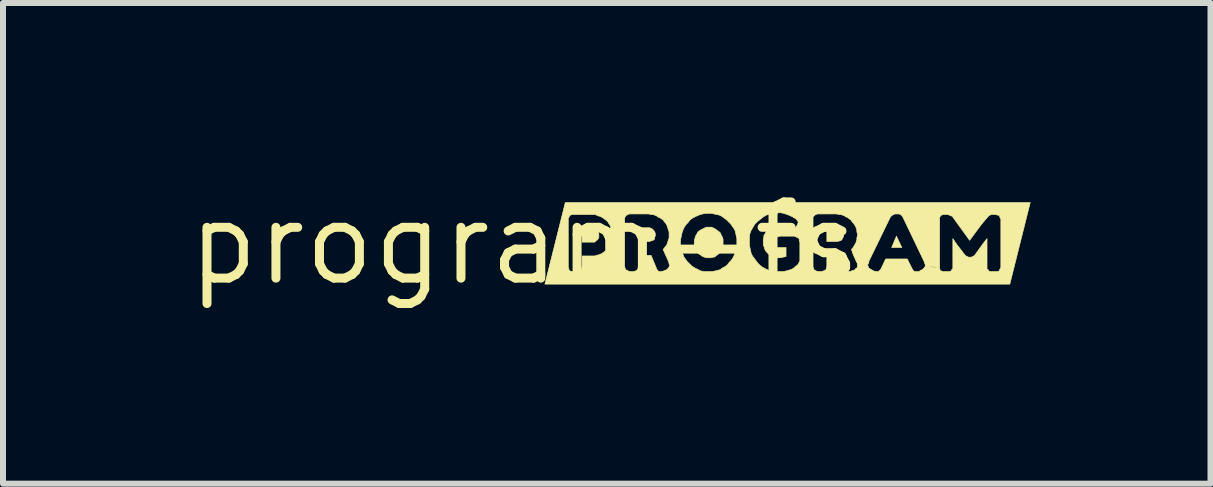
<source format=kicad_pcb>
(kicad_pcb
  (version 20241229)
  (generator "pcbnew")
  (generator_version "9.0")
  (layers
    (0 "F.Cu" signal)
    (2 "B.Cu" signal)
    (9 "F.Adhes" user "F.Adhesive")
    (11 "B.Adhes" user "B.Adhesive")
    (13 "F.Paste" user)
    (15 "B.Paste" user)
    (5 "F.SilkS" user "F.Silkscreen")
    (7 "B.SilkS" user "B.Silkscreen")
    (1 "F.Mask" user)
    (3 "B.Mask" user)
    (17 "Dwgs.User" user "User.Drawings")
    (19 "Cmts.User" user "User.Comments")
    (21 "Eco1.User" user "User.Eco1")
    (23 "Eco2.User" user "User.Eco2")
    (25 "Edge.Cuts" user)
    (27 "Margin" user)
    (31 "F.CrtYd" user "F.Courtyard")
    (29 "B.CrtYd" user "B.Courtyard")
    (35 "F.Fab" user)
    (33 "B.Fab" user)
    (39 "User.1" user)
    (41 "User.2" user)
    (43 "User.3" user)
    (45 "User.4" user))
  (footprint "program-fs"
    (layer "F.Cu")
    (at 5.692 1.006)
    (property "Reference" "program-fs" (at 0 0 0) (layer "F.SilkS") (effects (font (size 1.27 1.27) (thickness 0.15))))
    (attr board_only exclude_from_pos_files exclude_from_bom)
    (fp_poly (pts (xy 6.2 -0.12) (xy 6.12 0.07) (xy 6.29 0.07) (xy 6.2 -0.12)) (stroke (width 0.01) (type solid)) (fill yes) (layer "F.SilkS"))
    (fp_poly (pts (xy 1.17 -0.02) (xy 1.2 -0.05) (xy 1.22 -0.06) (xy 1.23 -0.08) (xy 1.24 -0.1) (xy 1.24 -0.13) (xy 1.24 -0.16) (xy 1.23 -0.19) (xy 1.21 -0.21) (xy 1.2 -0.22) (xy 1.18 -0.24) (xy 1.16 -0.24) (xy 1.14 -0.25) (xy 1.13 -0.25) (xy 0.96 -0.25) (xy 0.96 -0.02) (xy 1.16 -0.02) (xy 1.17 -0.02)) (stroke (width 0.01) (type solid)) (fill yes) (layer "F.SilkS"))
    (fp_poly (pts (xy 1.9 -0.03) (xy 2.08 -0.03) (xy 2.11 -0.04) (xy 2.14 -0.05) (xy 2.16 -0.06) (xy 2.17 -0.08) (xy 2.17 -0.1) (xy 2.18 -0.12) (xy 2.18 -0.14) (xy 2.18 -0.17) (xy 2.17 -0.19) (xy 2.16 -0.21) (xy 2.15 -0.22) (xy 2.13 -0.24) (xy 2.11 -0.25) (xy 2.09 -0.26) (xy 2.07 -0.26) (xy 1.9 -0.26) (xy 1.9 -0.03)) (stroke (width 0.01) (type solid)) (fill yes) (layer "F.SilkS"))
    (fp_poly (pts (xy 5.04 -0.03) (xy 5.21 -0.03) (xy 5.25 -0.04) (xy 5.28 -0.05) (xy 5.29 -0.06) (xy 5.3 -0.08) (xy 5.31 -0.1) (xy 5.32 -0.12) (xy 5.32 -0.14) (xy 5.31 -0.17) (xy 5.31 -0.19) (xy 5.3 -0.21) (xy 5.28 -0.22) (xy 5.26 -0.24) (xy 5.24 -0.25) (xy 5.22 -0.26) (xy 5.2 -0.26) (xy 5.04 -0.26) (xy 5.04 -0.03)) (stroke (width 0.01) (type solid)) (fill yes) (layer "F.SilkS"))
    (fp_poly (pts (xy 2.83 0.1) (xy 2.91 0.18) (xy 2.93 0.19) (xy 2.97 0.22) (xy 3 0.23) (xy 3.03 0.24) (xy 3.05 0.24) (xy 3.07 0.24) (xy 3.1 0.24) (xy 3.12 0.24) (xy 3.14 0.23) (xy 3.16 0.23) (xy 3.18 0.22) (xy 3.2 0.2) (xy 3.22 0.19) (xy 3.24 0.17) (xy 3.26 0.15) (xy 3.27 0.13) (xy 3.29 0.11) (xy 3.29 0.09) (xy 3.3 0.07) (xy 3.31 0.04) (xy 3.31 0.02) (xy 3.31 -0.01) (xy 3.31 -0.04) (xy 3.31 -0.07) (xy 3.3 -0.1) (xy 3.29 -0.12) (xy 3.28 -0.14) (xy 3.27 -0.16) (xy 3.26 -0.18) (xy 3.22 -0.21) (xy 3.18 -0.24) (xy 3.16 -0.25) (xy 3.14 -0.26) (xy 3.12 -0.27) (xy 3.1 -0.27) (xy 3.07 -0.27) (xy 3.05 -0.27) (xy 3.03 -0.27) (xy 3.01 -0.26) (xy 2.97 -0.24) (xy 2.93 -0.22) (xy 2.89 -0.19) (xy 2.87 -0.15) (xy 2.85 -0.12) (xy 2.84 -0.08) (xy 2.83 -0.04) (xy 2.83 0.1)) (stroke (width 0.01) (type solid)) (fill yes) (layer "F.SilkS"))
    (fp_poly (pts (xy 0.77 -0.47) (xy 0.79 -0.48) (xy 0.81 -0.48) (xy 0.84 -0.48) (xy 1.14 -0.48) (xy 1.18 -0.48) (xy 1.22 -0.46) (xy 1.26 -0.45) (xy 1.3 -0.43) (xy 1.34 -0.4) (xy 1.38 -0.37) (xy 1.4 -0.34) (xy 1.42 -0.31) (xy 1.67 -0.42) (xy 1.67 -0.43) (xy 1.68 -0.44) (xy 1.69 -0.46) (xy 1.7 -0.47) (xy 1.71 -0.47) (xy 1.72 -0.48) (xy 1.75 -0.49) (xy 1.77 -0.49) (xy 2.07 -0.49) (xy 2.11 -0.48) (xy 2.14 -0.48) (xy 2.17 -0.47) (xy 2.2 -0.46) (xy 2.22 -0.44) (xy 2.25 -0.43) (xy 2.28 -0.41) (xy 2.31 -0.39) (xy 2.33 -0.36) (xy 2.35 -0.34) (xy 2.37 -0.31) (xy 2.38 -0.28) (xy 2.39 -0.25) (xy 2.4 -0.22) (xy 2.41 -0.19) (xy 2.41 -0.16) (xy 2.41 -0.13) (xy 2.41 -0.09) (xy 2.6 -0.05) (xy 2.61 -0.1) (xy 2.62 -0.15) (xy 2.63 -0.19) (xy 2.65 -0.24) (xy 2.67 -0.28) (xy 2.7 -0.32) (xy 2.73 -0.35) (xy 2.76 -0.39) (xy 2.8 -0.42) (xy 2.84 -0.44) (xy 2.88 -0.46) (xy 2.93 -0.48) (xy 2.97 -0.49) (xy 3.02 -0.5) (xy 3.07 -0.5) (xy 3.12 -0.5) (xy 3.16 -0.49) (xy 3.21 -0.48) (xy 3.25 -0.47) (xy 3.29 -0.45) (xy 3.33 -0.42) (xy 3.37 -0.39) (xy 3.4 -0.36) (xy 3.44 -0.32) (xy 3.46 -0.29) (xy 3.49 -0.25) (xy 3.51 -0.21) (xy 3.52 -0.17) (xy 3.53 -0.12) (xy 3.54 -0.08) (xy 3.54 -0.03) (xy 3.75 -0.02) (xy 3.75 -0.07) (xy 3.75 -0.12) (xy 3.76 -0.17) (xy 3.78 -0.22) (xy 3.81 -0.27) (xy 3.84 -0.32) (xy 3.88 -0.36) (xy 3.93 -0.4) (xy 3.98 -0.44) (xy 4.03 -0.47) (xy 4.09 -0.49) (xy 4.15 -0.5) (xy 4.21 -0.51) (xy 4.27 -0.51) (xy 4.32 -0.5) (xy 4.38 -0.48) (xy 4.43 -0.46) (xy 4.49 -0.43) (xy 4.52 -0.41) (xy 4.53 -0.4) (xy 4.55 -0.38) (xy 4.56 -0.36) (xy 4.56 -0.34) (xy 4.55 -0.31) (xy 4.53 -0.28) (xy 4.52 -0.26) (xy 4.49 -0.23) (xy 4.46 -0.22) (xy 4.45 -0.21) (xy 4.44 -0.21) (xy 4.42 -0.21) (xy 4.39 -0.23) (xy 4.33 -0.26) (xy 4.31 -0.27) (xy 4.29 -0.27) (xy 4.24 -0.28) (xy 4.19 -0.28) (xy 4.16 -0.27) (xy 4.13 -0.26) (xy 4.11 -0.25) (xy 4.08 -0.24) (xy 4.06 -0.22) (xy 4.04 -0.2) (xy 4.02 -0.18) (xy 4.01 -0.16) (xy 3.99 -0.13) (xy 3.99 -0.1) (xy 3.98 -0.07) (xy 3.98 -0.04) (xy 3.98 -0.01) (xy 3.98 0.02) (xy 3.99 0.05) (xy 4 0.08) (xy 4.01 0.11) (xy 4.03 0.14) (xy 4.05 0.16) (xy 4.07 0.18) (xy 4.1 0.2) (xy 4.12 0.22) (xy 4.15 0.23) (xy 4.17 0.24) (xy 4.22 0.24) (xy 4.27 0.24) (xy 4.31 0.23) (xy 4.36 0.22) (xy 4.36 0.07) (xy 4.25 0.07) (xy 4.22 0.07) (xy 4.2 0.07) (xy 4.19 0.06) (xy 4.18 0.05) (xy 4.18 0.04) (xy 4.17 0.01) (xy 4.17 -0.04) (xy 4.18 -0.06) (xy 4.18 -0.09) (xy 4.19 -0.1) (xy 4.21 -0.11) (xy 4.23 -0.11) (xy 4.26 -0.12) (xy 4.49 -0.12) (xy 4.52 -0.11) (xy 4.54 -0.1) (xy 4.55 -0.1) (xy 4.57 -0.08) (xy 4.58 -0.07) (xy 4.58 -0.06) (xy 4.58 -0.04) (xy 4.59 -0.02) (xy 4.59 0.29) (xy 4.58 0.31) (xy 4.81 0.36) (xy 4.81 -0.42) (xy 4.81 -0.43) (xy 4.81 -0.44) (xy 4.83 -0.46) (xy 4.83 -0.47) (xy 4.84 -0.47) (xy 4.86 -0.48) (xy 4.88 -0.49) (xy 4.91 -0.49) (xy 5.2 -0.49) (xy 5.25 -0.48) (xy 5.28 -0.48) (xy 5.3 -0.47) (xy 5.33 -0.46) (xy 5.36 -0.44) (xy 5.39 -0.43) (xy 5.41 -0.41) (xy 5.44 -0.39) (xy 5.46 -0.36) (xy 5.48 -0.34) (xy 5.5 -0.31) (xy 5.52 -0.28) (xy 5.53 -0.25) (xy 5.54 -0.22) (xy 5.54 -0.19) (xy 5.55 -0.16) (xy 5.55 -0.13) (xy 5.54 -0.09) (xy 5.54 -0.06) (xy 5.53 -0.03) (xy 5.52 0) (xy 5.5 0.03) (xy 5.49 0.05) (xy 5.47 0.08) (xy 5.45 0.1) (xy 5.48 0.19) (xy 5.53 0.3) (xy 5.55 0.34) (xy 5.55 0.37) (xy 5.72 0.37) (xy 5.72 0.36) (xy 5.74 0.32) (xy 5.74 0.3) (xy 6.1 -0.44) (xy 6.12 -0.46) (xy 6.15 -0.48) (xy 6.18 -0.49) (xy 6.21 -0.49) (xy 6.24 -0.49) (xy 6.27 -0.48) (xy 6.29 -0.46) (xy 6.31 -0.43) (xy 6.66 0.3) (xy 6.67 0.33) (xy 6.68 0.36) (xy 6.68 0.38) (xy 6.92 0.4) (xy 6.92 -0.41) (xy 6.92 -0.42) (xy 6.92 -0.43) (xy 6.93 -0.45) (xy 6.94 -0.46) (xy 6.95 -0.47) (xy 6.98 -0.48) (xy 7 -0.48) (xy 7.04 -0.48) (xy 7.06 -0.48) (xy 7.08 -0.47) (xy 7.13 -0.45) (xy 7.42 -0.05) (xy 7.62 -0.32) (xy 7.73 -0.45) (xy 7.74 -0.46) (xy 7.76 -0.47) (xy 7.78 -0.48) (xy 7.82 -0.48) (xy 7.86 -0.48) (xy 7.88 -0.47) (xy 7.9 -0.47) (xy 7.92 -0.46) (xy 7.92 -0.44) (xy 7.93 -0.42) (xy 7.94 -0.41) (xy 7.94 0.36) (xy 7.94 0.4) (xy 7.93 0.42) (xy 7.92 0.44) (xy 7.91 0.46) (xy 7.89 0.47) (xy 7.87 0.47) (xy 7.83 0.47) (xy 7.79 0.47) (xy 7.76 0.47) (xy 7.74 0.46) (xy 7.73 0.44) (xy 7.71 0.43) (xy 7.71 0.4) (xy 7.71 0.37) (xy 7.71 -0.08) (xy 7.64 0.01) (xy 7.51 0.19) (xy 7.49 0.21) (xy 7.47 0.22) (xy 7.45 0.23) (xy 7.43 0.23) (xy 7.4 0.23) (xy 7.38 0.22) (xy 7.36 0.21) (xy 7.34 0.19) (xy 7.33 0.18) (xy 7.2 0.01) (xy 7.14 -0.08) (xy 7.14 0.41) (xy 7.14 0.42) (xy 7.12 0.44) (xy 7.11 0.46) (xy 7.09 0.47) (xy 7.06 0.47) (xy 7.02 0.47) (xy 6.98 0.47) (xy 6.95 0.46) (xy 6.94 0.46) (xy 6.93 0.45) (xy 6.92 0.42) (xy 6.92 0.41) (xy 6.68 0.38) (xy 6.67 0.4) (xy 6.66 0.41) (xy 6.64 0.43) (xy 6.63 0.44) (xy 6.6 0.45) (xy 6.58 0.47) (xy 6.55 0.47) (xy 6.53 0.47) (xy 6.52 0.47) (xy 6.5 0.47) (xy 6.49 0.46) (xy 6.48 0.45) (xy 6.47 0.44) (xy 6.45 0.4) (xy 6.38 0.26) (xy 6.02 0.26) (xy 5.94 0.43) (xy 5.93 0.44) (xy 5.91 0.46) (xy 5.9 0.47) (xy 5.88 0.47) (xy 5.87 0.47) (xy 5.86 0.47) (xy 5.82 0.46) (xy 5.77 0.43) (xy 5.75 0.42) (xy 5.74 0.41) (xy 5.73 0.4) (xy 5.73 0.38) (xy 5.72 0.37) (xy 5.55 0.37) (xy 5.55 0.39) (xy 5.54 0.41) (xy 5.52 0.42) (xy 5.51 0.44) (xy 5.45 0.46) (xy 5.42 0.47) (xy 5.4 0.47) (xy 5.39 0.47) (xy 5.38 0.47) (xy 5.36 0.46) (xy 5.35 0.45) (xy 5.34 0.44) (xy 5.24 0.2) (xy 5.04 0.2) (xy 5.04 0.38) (xy 5.03 0.42) (xy 5.03 0.43) (xy 5.02 0.44) (xy 5.01 0.45) (xy 4.98 0.46) (xy 4.96 0.47) (xy 4.92 0.47) (xy 4.89 0.47) (xy 4.86 0.46) (xy 4.84 0.45) (xy 4.83 0.44) (xy 4.82 0.43) (xy 4.82 0.42) (xy 4.81 0.39) (xy 4.81 0.36) (xy 4.58 0.31) (xy 4.57 0.33) (xy 4.56 0.35) (xy 4.54 0.37) (xy 4.51 0.39) (xy 4.49 0.41) (xy 4.46 0.43) (xy 4.43 0.44) (xy 4.4 0.45) (xy 4.36 0.46) (xy 4.32 0.47) (xy 4.28 0.47) (xy 4.24 0.47) (xy 4.2 0.47) (xy 4.16 0.47) (xy 4.13 0.46) (xy 4.09 0.46) (xy 4.05 0.44) (xy 4.01 0.42) (xy 3.97 0.4) (xy 3.93 0.37) (xy 3.89 0.33) (xy 3.86 0.29) (xy 3.83 0.25) (xy 3.8 0.21) (xy 3.78 0.17) (xy 3.77 0.13) (xy 3.76 0.08) (xy 3.75 0.03) (xy 3.75 -0.02) (xy 3.54 -0.03) (xy 3.54 0.02) (xy 3.54 0.07) (xy 3.53 0.12) (xy 3.51 0.16) (xy 3.49 0.21) (xy 3.47 0.25) (xy 3.44 0.29) (xy 3.41 0.32) (xy 3.38 0.36) (xy 3.34 0.39) (xy 3.3 0.41) (xy 3.26 0.44) (xy 3.22 0.45) (xy 3.18 0.46) (xy 3.13 0.47) (xy 3.08 0.47) (xy 3.03 0.47) (xy 2.99 0.47) (xy 2.94 0.46) (xy 2.9 0.44) (xy 2.86 0.42) (xy 2.82 0.4) (xy 2.78 0.37) (xy 2.75 0.34) (xy 2.71 0.3) (xy 2.69 0.27) (xy 2.66 0.23) (xy 2.64 0.18) (xy 2.62 0.14) (xy 2.61 0.1) (xy 2.6 0.05) (xy 2.6 0) (xy 2.6 -0.05) (xy 2.41 -0.09) (xy 2.4 -0.06) (xy 2.39 -0.03) (xy 2.38 0) (xy 2.37 0.03) (xy 2.35 0.05) (xy 2.33 0.08) (xy 2.31 0.1) (xy 2.35 0.19) (xy 2.4 0.3) (xy 2.41 0.34) (xy 2.42 0.37) (xy 2.41 0.39) (xy 2.4 0.41) (xy 2.39 0.42) (xy 2.37 0.44) (xy 2.32 0.46) (xy 2.28 0.47) (xy 2.27 0.47) (xy 2.25 0.47) (xy 2.24 0.47) (xy 2.23 0.46) (xy 2.22 0.45) (xy 2.21 0.44) (xy 2.11 0.2) (xy 1.9 0.2) (xy 1.9 0.38) (xy 1.89 0.42) (xy 1.89 0.43) (xy 1.88 0.44) (xy 1.87 0.45) (xy 1.85 0.46) (xy 1.82 0.47) (xy 1.79 0.47) (xy 1.75 0.47) (xy 1.73 0.46) (xy 1.71 0.45) (xy 1.69 0.44) (xy 1.68 0.43) (xy 1.68 0.42) (xy 1.67 0.39) (xy 1.67 0.36) (xy 1.67 -0.42) (xy 1.42 -0.31) (xy 1.47 -0.22) (xy 1.47 -0.1) (xy 1.46 -0.06) (xy 1.45 -0.03) (xy 1.44 0.01) (xy 1.42 0.05) (xy 1.4 0.08) (xy 1.37 0.11) (xy 1.33 0.14) (xy 1.29 0.17) (xy 1.24 0.19) (xy 1.2 0.2) (xy 1.17 0.21) (xy 1.14 0.21) (xy 0.96 0.21) (xy 0.96 0.38) (xy 0.95 0.42) (xy 0.95 0.44) (xy 0.94 0.45) (xy 0.93 0.46) (xy 0.91 0.47) (xy 0.88 0.47) (xy 0.85 0.47) (xy 0.81 0.47) (xy 0.79 0.47) (xy 0.76 0.46) (xy 0.75 0.45) (xy 0.74 0.44) (xy 0.74 0.42) (xy 0.73 0.4) (xy 0.73 0.37) (xy 0.73 -0.41) (xy 0.73 -0.42) (xy 0.74 -0.43) (xy 0.75 -0.45) (xy 0.75 -0.46) (xy 0.77 -0.47) (xy 0.68 -0.68) (xy 0.34 0.68) (xy 8.09 0.68) (xy 8.43 -0.68) (xy 0.68 -0.68) (xy 0.77 -0.47)) (stroke (width 0.01) (type solid)) (fill yes) (layer "F.SilkS")))
  (gr_rect
    (start -3 -3)
    (end 17.127 5.012)
    (stroke (width 0.1) (type default))
    (fill no)
    (layer "Edge.Cuts")))
</source>
